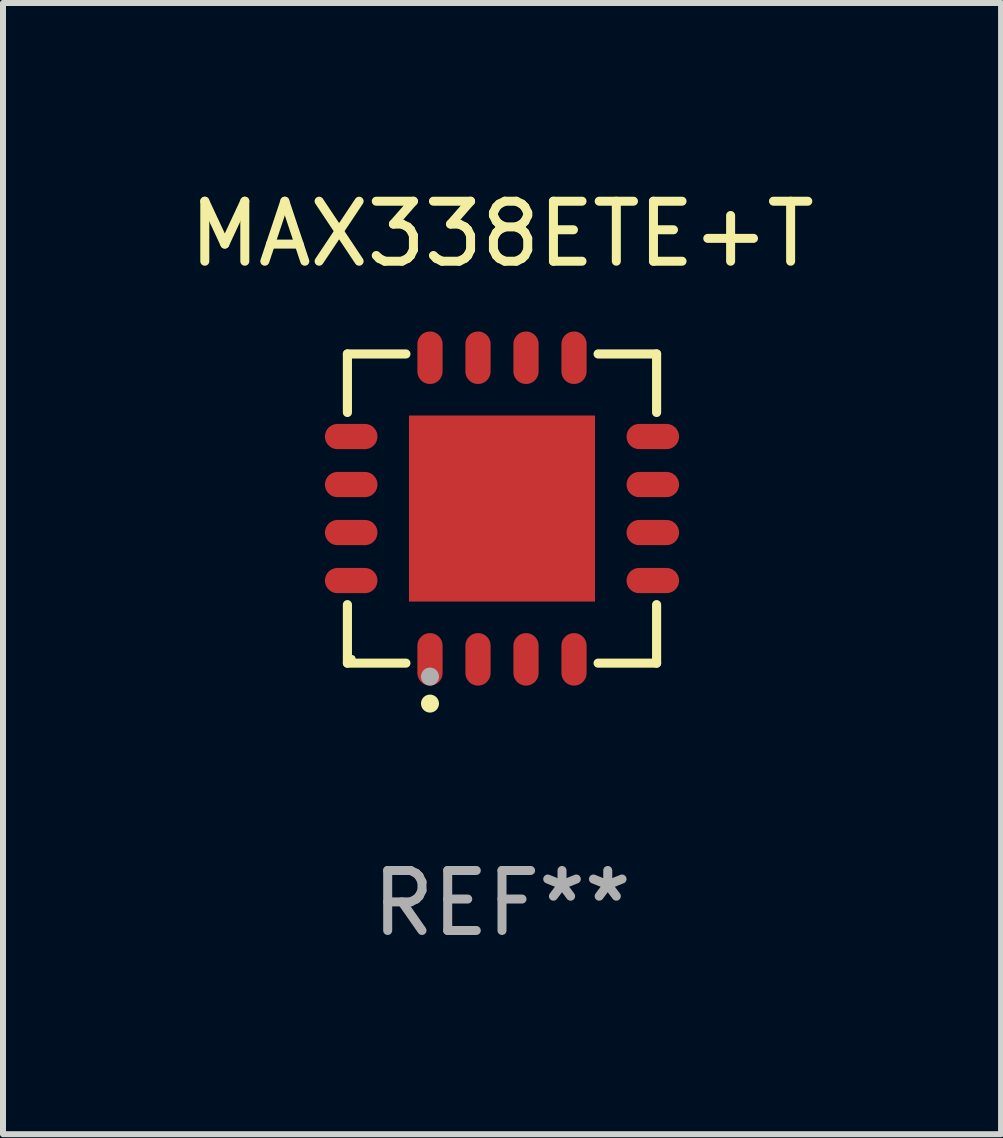
<source format=kicad_pcb>
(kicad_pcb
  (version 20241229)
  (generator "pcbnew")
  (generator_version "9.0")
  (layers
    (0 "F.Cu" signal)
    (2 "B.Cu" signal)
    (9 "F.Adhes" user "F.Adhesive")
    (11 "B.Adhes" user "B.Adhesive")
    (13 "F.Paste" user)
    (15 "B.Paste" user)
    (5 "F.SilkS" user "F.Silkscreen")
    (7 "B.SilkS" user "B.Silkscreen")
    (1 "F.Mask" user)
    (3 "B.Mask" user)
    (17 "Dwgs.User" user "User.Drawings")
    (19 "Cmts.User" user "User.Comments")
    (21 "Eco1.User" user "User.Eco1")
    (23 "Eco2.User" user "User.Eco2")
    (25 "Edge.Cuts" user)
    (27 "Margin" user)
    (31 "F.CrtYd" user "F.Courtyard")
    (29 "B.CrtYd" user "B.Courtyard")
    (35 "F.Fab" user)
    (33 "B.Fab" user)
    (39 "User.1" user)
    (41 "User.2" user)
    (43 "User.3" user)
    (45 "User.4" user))
  (footprint "MAX338ETE+T"
    (layer "F.Cu")
    (at 5.315 5.424)
    (property "Reference" "MAX338ETE+T" (at 0 -4.576 0) (layer "F.SilkS") (effects (font (size 1 1) (thickness 0.15))))
    (attr through_hole)
    (fp_line (start -2.576 -2.576) (end -1.601 -2.576) (stroke (width 0.152) (type solid)) (layer "F.SilkS"))
    (fp_line (start -2.576 -1.601) (end -2.576 -2.576) (stroke (width 0.152) (type solid)) (layer "F.SilkS"))
    (fp_line (start -2.576 1.601) (end -2.576 2.576) (stroke (width 0.152) (type solid)) (layer "F.SilkS"))
    (fp_line (start -2.576 2.576) (end -1.601 2.576) (stroke (width 0.152) (type solid)) (layer "F.SilkS"))
    (fp_line (start 2.576 -2.576) (end 1.601 -2.576) (stroke (width 0.152) (type solid)) (layer "F.SilkS"))
    (fp_line (start 2.576 -1.601) (end 2.576 -2.576) (stroke (width 0.152) (type solid)) (layer "F.SilkS"))
    (fp_line (start 2.576 1.601) (end 2.576 2.576) (stroke (width 0.152) (type solid)) (layer "F.SilkS"))
    (fp_line (start 2.576 2.576) (end 1.601 2.576) (stroke (width 0.152) (type solid)) (layer "F.SilkS"))
    (fp_circle (center -2.5 2.5) (end -2.47 2.5) (stroke (width 0.06) (type solid)) (fill no) (layer "F.SilkS"))
    (fp_circle (center -1.2 3.25) (end -1.125 3.25) (stroke (width 0.15) (type solid)) (fill no) (layer "F.SilkS"))
    (fp_circle (center -1.2 2.8) (end -1.125 2.8) (stroke (width 0.15) (type solid)) (fill no) (layer "F.Fab"))
    (fp_text user "REF**" (at 0 6.576 0) (layer "F.Fab") (effects (font (size 1 1) (thickness 0.15))))
    (pad "1" smd oval (at -1.2 2.513) (size 0.42 0.875) (layers "F.Cu" "F.Mask" "F.Paste"))
    (pad "2" smd oval (at -0.4 2.513) (size 0.42 0.875) (layers "F.Cu" "F.Mask" "F.Paste"))
    (pad "3" smd oval (at 0.4 2.513) (size 0.42 0.875) (layers "F.Cu" "F.Mask" "F.Paste"))
    (pad "4" smd oval (at 1.2 2.513) (size 0.42 0.875) (layers "F.Cu" "F.Mask" "F.Paste"))
    (pad "5" smd oval (at 2.513 1.2) (size 0.875 0.42) (layers "F.Cu" "F.Mask" "F.Paste"))
    (pad "6" smd oval (at 2.513 0.4) (size 0.875 0.42) (layers "F.Cu" "F.Mask" "F.Paste"))
    (pad "7" smd oval (at 2.513 -0.4) (size 0.875 0.42) (layers "F.Cu" "F.Mask" "F.Paste"))
    (pad "8" smd oval (at 2.513 -1.2) (size 0.875 0.42) (layers "F.Cu" "F.Mask" "F.Paste"))
    (pad "9" smd oval (at 1.2 -2.513) (size 0.42 0.875) (layers "F.Cu" "F.Mask" "F.Paste"))
    (pad "10" smd oval (at 0.4 -2.513) (size 0.42 0.875) (layers "F.Cu" "F.Mask" "F.Paste"))
    (pad "11" smd oval (at -0.4 -2.513) (size 0.42 0.875) (layers "F.Cu" "F.Mask" "F.Paste"))
    (pad "12" smd oval (at -1.2 -2.513) (size 0.42 0.875) (layers "F.Cu" "F.Mask" "F.Paste"))
    (pad "13" smd oval (at -2.513 -1.2) (size 0.875 0.42) (layers "F.Cu" "F.Mask" "F.Paste"))
    (pad "14" smd oval (at -2.513 -0.4) (size 0.875 0.42) (layers "F.Cu" "F.Mask" "F.Paste"))
    (pad "15" smd oval (at -2.513 0.4) (size 0.875 0.42) (layers "F.Cu" "F.Mask" "F.Paste"))
    (pad "16" smd oval (at -2.513 1.2) (size 0.875 0.42) (layers "F.Cu" "F.Mask" "F.Paste"))
    (pad "17" smd rect (at 0 0) (size 3.1 3.1) (layers "F.Cu" "F.Mask" "F.Paste")))
  (gr_rect
    (start -3 -3)
    (end 13.631 15.849)
    (stroke (width 0.1) (type default))
    (fill no)
    (layer "Edge.Cuts")))
</source>
